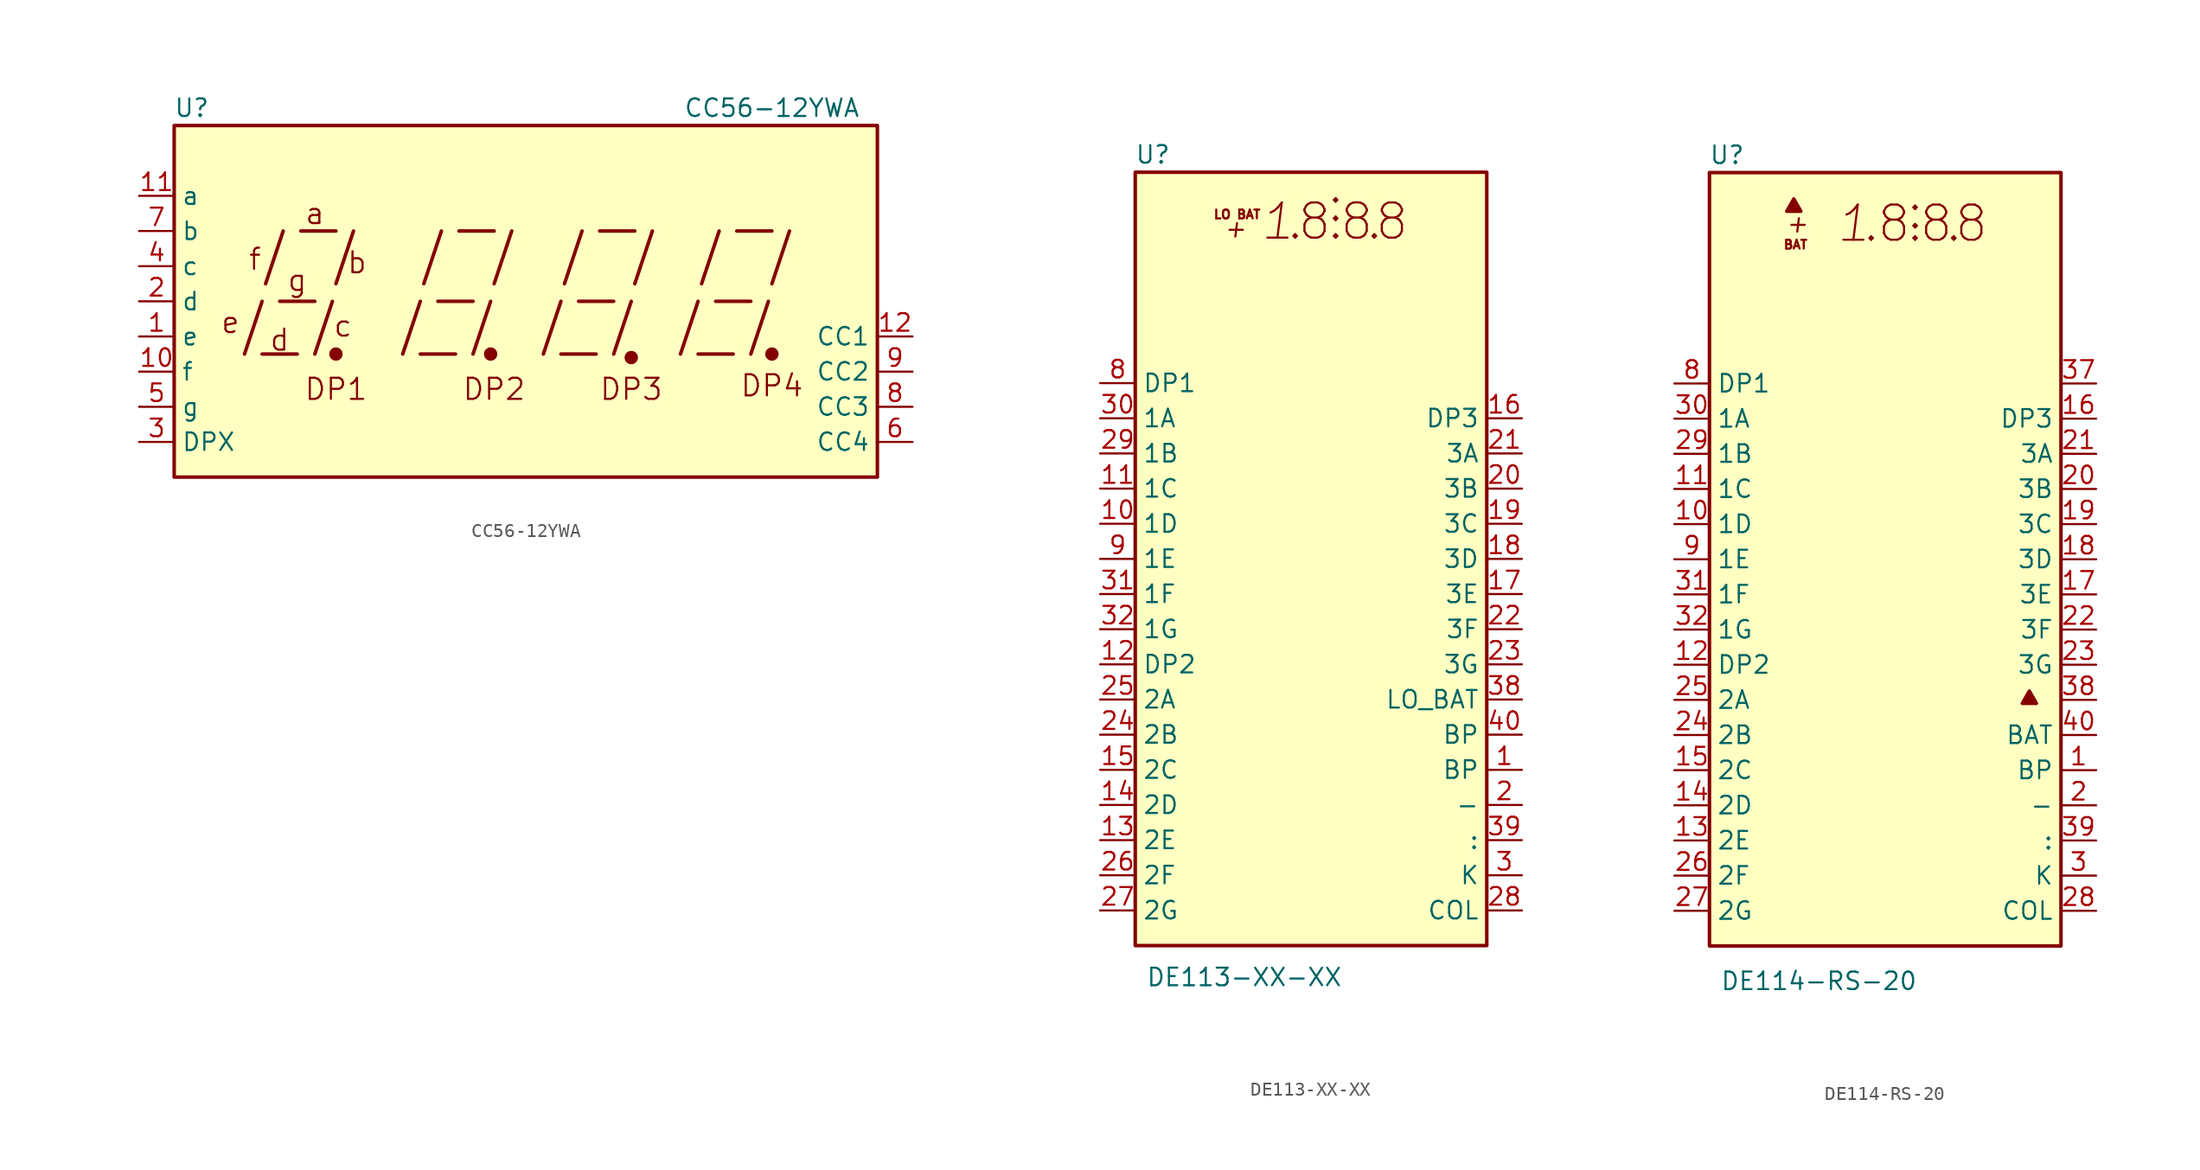
<source format=kicad_sym>
(kicad_symbol_lib
  (version 20200908)
  (generator kicad_symbol_editor)
  (symbol "Display_Character:CC56-12YWA"
    (property "Reference" "U"
      (at -24.13 13.97 0)
      (effects (font (size 1.27 1.27))))
    (property "Value" "CC56-12YWA"
      (at 17.78 13.97 0)
      (effects (font (size 1.27 1.27))))
    (symbol "CC56-12YWA_1_0"
      (circle (center 7.62 -4.064) (radius 0.356) (stroke (width 0.254)) (fill (type outline)))
      (circle (center 17.78 -3.81) (radius 0.356) (stroke (width 0.254)) (fill (type outline))))
    (symbol "CC56-12YWA_0_1"
      (circle (center -13.716 -3.81) (radius 0.356) (stroke (width 0.254)) (fill (type outline)))
      (circle (center -2.54 -3.81) (radius 0.356) (stroke (width 0.254)) (fill (type outline))))
    (symbol "CC56-12YWA_0_0"
      (text "a" (at -15.24 6.35 0) (effects (font (size 1.524 1.524))))
      (text "b" (at -12.192 2.794 0) (effects (font (size 1.524 1.524))))
      (text "c" (at -13.208 -1.778 0) (effects (font (size 1.524 1.524))))
      (text "d" (at -17.78 -2.794 0) (effects (font (size 1.524 1.524))))
      (text "DP1" (at -13.716 -6.35 0) (effects (font (size 1.524 1.524))))
      (text "DP2" (at -2.286 -6.35 0) (effects (font (size 1.524 1.524))))
      (text "DP3" (at 7.62 -6.35 0) (effects (font (size 1.524 1.524))))
      (text "DP4" (at 17.78 -6.096 0) (effects (font (size 1.524 1.524))))
      (text "e" (at -21.336 -1.524 0) (effects (font (size 1.524 1.524))))
      (text "f" (at -19.558 3.048 0) (effects (font (size 1.524 1.524))))
      (text "g" (at -16.51 1.524 0) (effects (font (size 1.524 1.524))))
      (rectangle (start -25.4 12.7) (end 25.4 -12.7) (stroke (width 0.254)) (fill (type background)))
      (polyline (pts (xy -20.32 -3.81) (xy -19.05 0)) (stroke (width 0.254)) (fill (type none)))
      (polyline (pts (xy -19.05 -3.81) (xy -16.51 -3.81)) (stroke (width 0.254)) (fill (type none)))
      (polyline (pts (xy -18.796 1.27) (xy -17.526 5.08)) (stroke (width 0.254)) (fill (type none)))
      (polyline (pts (xy -17.78 0) (xy -15.24 0)) (stroke (width 0.254)) (fill (type none)))
      (polyline (pts (xy -16.256 5.08) (xy -13.716 5.08)) (stroke (width 0.254)) (fill (type none)))
      (polyline (pts (xy -15.24 -3.81) (xy -13.97 0)) (stroke (width 0.254)) (fill (type none)))
      (polyline (pts (xy -13.716 1.27) (xy -12.446 5.08)) (stroke (width 0.254)) (fill (type none)))
      (polyline (pts (xy -8.89 -3.81) (xy -7.62 0)) (stroke (width 0.254)) (fill (type none)))
      (polyline (pts (xy -7.62 -3.81) (xy -5.08 -3.81)) (stroke (width 0.254)) (fill (type none)))
      (polyline (pts (xy -7.366 1.27) (xy -6.096 5.08)) (stroke (width 0.254)) (fill (type none)))
      (polyline (pts (xy -6.35 0) (xy -3.81 0)) (stroke (width 0.254)) (fill (type none)))
      (polyline (pts (xy -4.826 5.08) (xy -2.286 5.08)) (stroke (width 0.254)) (fill (type none)))
      (polyline (pts (xy -3.81 -3.81) (xy -2.54 0)) (stroke (width 0.254)) (fill (type none)))
      (polyline (pts (xy -2.286 1.27) (xy -1.016 5.08)) (stroke (width 0.254)) (fill (type none)))
      (polyline (pts (xy 1.27 -3.81) (xy 2.54 0)) (stroke (width 0.254)) (fill (type none)))
      (polyline (pts (xy 2.54 -3.81) (xy 5.08 -3.81)) (stroke (width 0.254)) (fill (type none)))
      (polyline (pts (xy 2.794 1.27) (xy 4.064 5.08)) (stroke (width 0.254)) (fill (type none)))
      (polyline (pts (xy 3.81 0) (xy 6.35 0)) (stroke (width 0.254)) (fill (type none)))
      (polyline (pts (xy 5.334 5.08) (xy 7.874 5.08)) (stroke (width 0.254)) (fill (type none)))
      (polyline (pts (xy 6.35 -3.81) (xy 7.62 0)) (stroke (width 0.254)) (fill (type none)))
      (polyline (pts (xy 7.874 1.27) (xy 9.144 5.08)) (stroke (width 0.254)) (fill (type none)))
      (polyline (pts (xy 11.176 -3.81) (xy 12.446 0)) (stroke (width 0.254)) (fill (type none)))
      (polyline (pts (xy 12.446 -3.81) (xy 14.986 -3.81)) (stroke (width 0.254)) (fill (type none)))
      (polyline (pts (xy 12.7 1.27) (xy 13.97 5.08)) (stroke (width 0.254)) (fill (type none)))
      (polyline (pts (xy 13.716 0) (xy 16.256 0)) (stroke (width 0.254)) (fill (type none)))
      (polyline (pts (xy 15.24 5.08) (xy 17.78 5.08)) (stroke (width 0.254)) (fill (type none)))
      (polyline (pts (xy 16.256 -3.81) (xy 17.526 0)) (stroke (width 0.254)) (fill (type none)))
      (polyline (pts (xy 17.78 1.27) (xy 19.05 5.08)) (stroke (width 0.254)) (fill (type none))))
    (symbol "CC56-12YWA_1_1"
      (pin input line (at -27.94 -2.54 0) (length 2.54) (name "e" (effects (font (size 1.27 1.27)))) (number "1" (effects (font (size 1.27 1.27)))))
      (pin input line (at -27.94 -5.08 0) (length 2.54) (name "f" (effects (font (size 1.27 1.27)))) (number "10" (effects (font (size 1.27 1.27)))))
      (pin input line (at -27.94 7.62 0) (length 2.54) (name "a" (effects (font (size 1.27 1.27)))) (number "11" (effects (font (size 1.27 1.27)))))
      (pin input line (at 27.94 -2.54 180) (length 2.54) (name "CC1" (effects (font (size 1.27 1.27)))) (number "12" (effects (font (size 1.27 1.27)))))
      (pin input line (at -27.94 0 0) (length 2.54) (name "d" (effects (font (size 1.27 1.27)))) (number "2" (effects (font (size 1.27 1.27)))))
      (pin input line (at -27.94 -10.16 0) (length 2.54) (name "DPX" (effects (font (size 1.27 1.27)))) (number "3" (effects (font (size 1.27 1.27)))))
      (pin input line (at -27.94 2.54 0) (length 2.54) (name "c" (effects (font (size 1.27 1.27)))) (number "4" (effects (font (size 1.27 1.27)))))
      (pin input line (at -27.94 -7.62 0) (length 2.54) (name "g" (effects (font (size 1.27 1.27)))) (number "5" (effects (font (size 1.27 1.27)))))
      (pin input line (at 27.94 -10.16 180) (length 2.54) (name "CC4" (effects (font (size 1.27 1.27)))) (number "6" (effects (font (size 1.27 1.27)))))
      (pin input line (at -27.94 5.08 0) (length 2.54) (name "b" (effects (font (size 1.27 1.27)))) (number "7" (effects (font (size 1.27 1.27)))))
      (pin input line (at 27.94 -7.62 180) (length 2.54) (name "CC3" (effects (font (size 1.27 1.27)))) (number "8" (effects (font (size 1.27 1.27)))))
      (pin input line (at 27.94 -5.08 180) (length 2.54) (name "CC2" (effects (font (size 1.27 1.27)))) (number "9" (effects (font (size 1.27 1.27)))))))
  (symbol "Display_Character:DE113-XX-XX"
    (property "Reference" "U"
      (at -11.43 29.21 0)
      (effects (font (size 1.27 1.27))))
    (property "Value" "DE113-XX-XX"
      (at -11.938 -30.226 0)
      (effects (font (size 1.27 1.27)) (justify left)))
    (symbol "DE113-XX-XX_0_0"
      (text "+" (at -5.461 23.876 0) (effects (font (size 1.27 1.27) italic)))
      (text "." (at -1.143 24.384 0) (effects (font (size 2.54 2.54))))
      (text "." (at 1.778 24.384 0) (effects (font (size 2.54 2.54))))
      (text "." (at 4.572 24.384 0) (effects (font (size 2.54 2.54))))
      (text "1" (at -2.413 24.384 0) (effects (font (size 2.54 2.54) italic)))
      (text "8" (at 0.254 24.384 0) (effects (font (size 2.54 2.54))))
      (text "8" (at 3.302 24.384 0) (effects (font (size 2.54 2.54))))
      (text "8" (at 5.842 24.384 0) (effects (font (size 2.54 2.54))))
      (text ":" (at 1.778 25.654 0) (effects (font (size 2.54 2.54))))
      (text "LO BAT" (at -5.334 24.892 0) (effects (font (size 0.635 0.635)))))
    (symbol "DE113-XX-XX_0_1"
      (rectangle (start -12.7 27.94) (end 12.7 -27.94) (stroke (width 0.254)) (fill (type background))))
    (symbol "DE113-XX-XX_1_1"
      (pin input line (at 15.24 -15.24 180) (length 2.54) (name "BP" (effects (font (size 1.27 1.27)))) (number "1" (effects (font (size 1.27 1.27)))))
      (pin input line (at -15.24 2.54 0) (length 2.54) (name "1D" (effects (font (size 1.27 1.27)))) (number "10" (effects (font (size 1.27 1.27)))))
      (pin input line (at -15.24 5.08 0) (length 2.54) (name "1C" (effects (font (size 1.27 1.27)))) (number "11" (effects (font (size 1.27 1.27)))))
      (pin input line (at -15.24 -7.62 0) (length 2.54) (name "DP2" (effects (font (size 1.27 1.27)))) (number "12" (effects (font (size 1.27 1.27)))))
      (pin input line (at -15.24 -20.32 0) (length 2.54) (name "2E" (effects (font (size 1.27 1.27)))) (number "13" (effects (font (size 1.27 1.27)))))
      (pin input line (at -15.24 -17.78 0) (length 2.54) (name "2D" (effects (font (size 1.27 1.27)))) (number "14" (effects (font (size 1.27 1.27)))))
      (pin input line (at -15.24 -15.24 0) (length 2.54) (name "2C" (effects (font (size 1.27 1.27)))) (number "15" (effects (font (size 1.27 1.27)))))
      (pin input line (at 15.24 10.16 180) (length 2.54) (name "DP3" (effects (font (size 1.27 1.27)))) (number "16" (effects (font (size 1.27 1.27)))))
      (pin input line (at 15.24 -2.54 180) (length 2.54) (name "3E" (effects (font (size 1.27 1.27)))) (number "17" (effects (font (size 1.27 1.27)))))
      (pin input line (at 15.24 0 180) (length 2.54) (name "3D" (effects (font (size 1.27 1.27)))) (number "18" (effects (font (size 1.27 1.27)))))
      (pin input line (at 15.24 2.54 180) (length 2.54) (name "3C" (effects (font (size 1.27 1.27)))) (number "19" (effects (font (size 1.27 1.27)))))
      (pin input line (at 15.24 -17.78 180) (length 2.54) (name "-" (effects (font (size 1.27 1.27)))) (number "2" (effects (font (size 1.27 1.27)))))
      (pin input line (at 15.24 5.08 180) (length 2.54) (name "3B" (effects (font (size 1.27 1.27)))) (number "20" (effects (font (size 1.27 1.27)))))
      (pin input line (at 15.24 7.62 180) (length 2.54) (name "3A" (effects (font (size 1.27 1.27)))) (number "21" (effects (font (size 1.27 1.27)))))
      (pin input line (at 15.24 -5.08 180) (length 2.54) (name "3F" (effects (font (size 1.27 1.27)))) (number "22" (effects (font (size 1.27 1.27)))))
      (pin input line (at 15.24 -7.62 180) (length 2.54) (name "3G" (effects (font (size 1.27 1.27)))) (number "23" (effects (font (size 1.27 1.27)))))
      (pin input line (at -15.24 -12.7 0) (length 2.54) (name "2B" (effects (font (size 1.27 1.27)))) (number "24" (effects (font (size 1.27 1.27)))))
      (pin input line (at -15.24 -10.16 0) (length 2.54) (name "2A" (effects (font (size 1.27 1.27)))) (number "25" (effects (font (size 1.27 1.27)))))
      (pin input line (at -15.24 -22.86 0) (length 2.54) (name "2F" (effects (font (size 1.27 1.27)))) (number "26" (effects (font (size 1.27 1.27)))))
      (pin input line (at -15.24 -25.4 0) (length 2.54) (name "2G" (effects (font (size 1.27 1.27)))) (number "27" (effects (font (size 1.27 1.27)))))
      (pin input line (at 15.24 -25.4 180) (length 2.54) (name "COL" (effects (font (size 1.27 1.27)))) (number "28" (effects (font (size 1.27 1.27)))))
      (pin input line (at -15.24 7.62 0) (length 2.54) (name "1B" (effects (font (size 1.27 1.27)))) (number "29" (effects (font (size 1.27 1.27)))))
      (pin input line (at 15.24 -22.86 180) (length 2.54) (name "K" (effects (font (size 1.27 1.27)))) (number "3" (effects (font (size 1.27 1.27)))))
      (pin input line (at -15.24 10.16 0) (length 2.54) (name "1A" (effects (font (size 1.27 1.27)))) (number "30" (effects (font (size 1.27 1.27)))))
      (pin input line (at -15.24 -2.54 0) (length 2.54) (name "1F" (effects (font (size 1.27 1.27)))) (number "31" (effects (font (size 1.27 1.27)))))
      (pin input line (at -15.24 -5.08 0) (length 2.54) (name "1G" (effects (font (size 1.27 1.27)))) (number "32" (effects (font (size 1.27 1.27)))))
      (pin unconnected line (at 15.24 12.7 180) (length 2.54) hide (name "NC" (effects (font (size 1.27 1.27)))) (number "33" (effects (font (size 1.27 1.27)))))
      (pin unconnected line (at 15.24 15.24 180) (length 2.54) hide (name "NC" (effects (font (size 1.27 1.27)))) (number "34" (effects (font (size 1.27 1.27)))))
      (pin unconnected line (at 15.24 17.78 180) (length 2.54) hide (name "NC" (effects (font (size 1.27 1.27)))) (number "35" (effects (font (size 1.27 1.27)))))
      (pin unconnected line (at 15.24 20.32 180) (length 2.54) hide (name "NC" (effects (font (size 1.27 1.27)))) (number "36" (effects (font (size 1.27 1.27)))))
      (pin unconnected line (at 15.24 22.86 180) (length 2.54) hide (name "NC" (effects (font (size 1.27 1.27)))) (number "37" (effects (font (size 1.27 1.27)))))
      (pin input line (at 15.24 -10.16 180) (length 2.54) (name "LO_BAT" (effects (font (size 1.27 1.27)))) (number "38" (effects (font (size 1.27 1.27)))))
      (pin input line (at 15.24 -20.32 180) (length 2.54) (name ":" (effects (font (size 1.27 1.27)))) (number "39" (effects (font (size 1.27 1.27)))))
      (pin unconnected line (at -15.24 22.86 0) (length 2.54) hide (name "NC" (effects (font (size 1.27 1.27)))) (number "4" (effects (font (size 1.27 1.27)))))
      (pin input line (at 15.24 -12.7 180) (length 2.54) (name "BP" (effects (font (size 1.27 1.27)))) (number "40" (effects (font (size 1.27 1.27)))))
      (pin unconnected line (at -15.24 20.32 0) (length 2.54) hide (name "NC" (effects (font (size 1.27 1.27)))) (number "5" (effects (font (size 1.27 1.27)))))
      (pin unconnected line (at -15.24 17.78 0) (length 2.54) hide (name "NC" (effects (font (size 1.27 1.27)))) (number "6" (effects (font (size 1.27 1.27)))))
      (pin unconnected line (at -15.24 15.24 0) (length 2.54) hide (name "NC" (effects (font (size 1.27 1.27)))) (number "7" (effects (font (size 1.27 1.27)))))
      (pin input line (at -15.24 12.7 0) (length 2.54) (name "DP1" (effects (font (size 1.27 1.27)))) (number "8" (effects (font (size 1.27 1.27)))))
      (pin input line (at -15.24 0 0) (length 2.54) (name "1E" (effects (font (size 1.27 1.27)))) (number "9" (effects (font (size 1.27 1.27)))))))
  (symbol "Display_Character:DE114-RS-20"
    (property "Reference" "U"
      (at -11.43 29.21 0)
      (effects (font (size 1.27 1.27))))
    (property "Value" "DE114-RS-20"
      (at -11.938 -30.48 0)
      (effects (font (size 1.27 1.27)) (justify left)))
    (symbol "DE114-RS-20_0_0"
      (text "+" (at -6.35 24.257 0) (effects (font (size 1.27 1.27) italic)))
      (text "." (at -1.016 24.257 0) (effects (font (size 2.54 2.54))))
      (text "." (at 2.159 24.257 0) (effects (font (size 2.54 2.54))))
      (text "." (at 4.953 24.257 0) (effects (font (size 2.54 2.54))))
      (text "1" (at -2.286 24.257 0) (effects (font (size 2.54 2.54) italic)))
      (text "8" (at 0.635 24.257 0) (effects (font (size 2.54 2.54))))
      (text "8" (at 3.683 24.257 0) (effects (font (size 2.54 2.54))))
      (text "8" (at 6.223 24.257 0) (effects (font (size 2.54 2.54))))
      (text ":" (at 2.159 25.146 0) (effects (font (size 2.54 2.54))))
      (text "BAT" (at -6.477 22.733 0) (effects (font (size 0.635 0.635)))))
    (symbol "DE114-RS-20_0_1"
      (rectangle (start -12.7 27.94) (end 12.7 -27.94) (stroke (width 0.254)) (fill (type background)))
      (polyline (pts (xy -6.604 26.035) (xy -7.112 25.146) (xy -6.096 25.146) (xy -6.604 26.035)) (stroke (width 0.254)) (fill (type outline)))
      (polyline (pts (xy 10.414 -9.525) (xy 9.906 -10.414) (xy 10.922 -10.414) (xy 10.414 -9.525)) (stroke (width 0.254)) (fill (type outline))))
    (symbol "DE114-RS-20_1_1"
      (pin input line (at 15.24 -15.24 180) (length 2.54) (name "BP" (effects (font (size 1.27 1.27)))) (number "1" (effects (font (size 1.27 1.27)))))
      (pin input line (at -15.24 2.54 0) (length 2.54) (name "1D" (effects (font (size 1.27 1.27)))) (number "10" (effects (font (size 1.27 1.27)))))
      (pin input line (at -15.24 5.08 0) (length 2.54) (name "1C" (effects (font (size 1.27 1.27)))) (number "11" (effects (font (size 1.27 1.27)))))
      (pin input line (at -15.24 -7.62 0) (length 2.54) (name "DP2" (effects (font (size 1.27 1.27)))) (number "12" (effects (font (size 1.27 1.27)))))
      (pin input line (at -15.24 -20.32 0) (length 2.54) (name "2E" (effects (font (size 1.27 1.27)))) (number "13" (effects (font (size 1.27 1.27)))))
      (pin input line (at -15.24 -17.78 0) (length 2.54) (name "2D" (effects (font (size 1.27 1.27)))) (number "14" (effects (font (size 1.27 1.27)))))
      (pin input line (at -15.24 -15.24 0) (length 2.54) (name "2C" (effects (font (size 1.27 1.27)))) (number "15" (effects (font (size 1.27 1.27)))))
      (pin input line (at 15.24 10.16 180) (length 2.54) (name "DP3" (effects (font (size 1.27 1.27)))) (number "16" (effects (font (size 1.27 1.27)))))
      (pin input line (at 15.24 -2.54 180) (length 2.54) (name "3E" (effects (font (size 1.27 1.27)))) (number "17" (effects (font (size 1.27 1.27)))))
      (pin input line (at 15.24 0 180) (length 2.54) (name "3D" (effects (font (size 1.27 1.27)))) (number "18" (effects (font (size 1.27 1.27)))))
      (pin input line (at 15.24 2.54 180) (length 2.54) (name "3C" (effects (font (size 1.27 1.27)))) (number "19" (effects (font (size 1.27 1.27)))))
      (pin input line (at 15.24 -17.78 180) (length 2.54) (name "-" (effects (font (size 1.27 1.27)))) (number "2" (effects (font (size 1.27 1.27)))))
      (pin input line (at 15.24 5.08 180) (length 2.54) (name "3B" (effects (font (size 1.27 1.27)))) (number "20" (effects (font (size 1.27 1.27)))))
      (pin input line (at 15.24 7.62 180) (length 2.54) (name "3A" (effects (font (size 1.27 1.27)))) (number "21" (effects (font (size 1.27 1.27)))))
      (pin input line (at 15.24 -5.08 180) (length 2.54) (name "3F" (effects (font (size 1.27 1.27)))) (number "22" (effects (font (size 1.27 1.27)))))
      (pin input line (at 15.24 -7.62 180) (length 2.54) (name "3G" (effects (font (size 1.27 1.27)))) (number "23" (effects (font (size 1.27 1.27)))))
      (pin input line (at -15.24 -12.7 0) (length 2.54) (name "2B" (effects (font (size 1.27 1.27)))) (number "24" (effects (font (size 1.27 1.27)))))
      (pin input line (at -15.24 -10.16 0) (length 2.54) (name "2A" (effects (font (size 1.27 1.27)))) (number "25" (effects (font (size 1.27 1.27)))))
      (pin input line (at -15.24 -22.86 0) (length 2.54) (name "2F" (effects (font (size 1.27 1.27)))) (number "26" (effects (font (size 1.27 1.27)))))
      (pin input line (at -15.24 -25.4 0) (length 2.54) (name "2G" (effects (font (size 1.27 1.27)))) (number "27" (effects (font (size 1.27 1.27)))))
      (pin input line (at 15.24 -25.4 180) (length 2.54) (name "COL" (effects (font (size 1.27 1.27)))) (number "28" (effects (font (size 1.27 1.27)))))
      (pin input line (at -15.24 7.62 0) (length 2.54) (name "1B" (effects (font (size 1.27 1.27)))) (number "29" (effects (font (size 1.27 1.27)))))
      (pin input line (at 15.24 -22.86 180) (length 2.54) (name "K" (effects (font (size 1.27 1.27)))) (number "3" (effects (font (size 1.27 1.27)))))
      (pin input line (at -15.24 10.16 0) (length 2.54) (name "1A" (effects (font (size 1.27 1.27)))) (number "30" (effects (font (size 1.27 1.27)))))
      (pin input line (at -15.24 -2.54 0) (length 2.54) (name "1F" (effects (font (size 1.27 1.27)))) (number "31" (effects (font (size 1.27 1.27)))))
      (pin input line (at -15.24 -5.08 0) (length 2.54) (name "1G" (effects (font (size 1.27 1.27)))) (number "32" (effects (font (size 1.27 1.27)))))
      (pin unconnected line (at 15.24 15.24 180) (length 2.54) hide (name "NC" (effects (font (size 1.27 1.27)))) (number "33" (effects (font (size 1.27 1.27)))))
      (pin unconnected line (at 15.24 17.78 180) (length 2.54) hide (name "NC" (effects (font (size 1.27 1.27)))) (number "34" (effects (font (size 1.27 1.27)))))
      (pin unconnected line (at 15.24 20.32 180) (length 2.54) hide (name "NC" (effects (font (size 1.27 1.27)))) (number "35" (effects (font (size 1.27 1.27)))))
      (pin unconnected line (at 15.24 22.86 180) (length 2.54) hide (name "NC" (effects (font (size 1.27 1.27)))) (number "36" (effects (font (size 1.27 1.27)))))
      (pin input line (at 15.24 12.7 180) (length 2.54) (name "~~" (effects (font (size 1.27 1.27)))) (number "37" (effects (font (size 1.27 1.27)))))
      (pin input line (at 15.24 -10.16 180) (length 2.54) (name "~" (effects (font (size 1.27 1.27)))) (number "38" (effects (font (size 1.27 1.27)))))
      (pin input line (at 15.24 -20.32 180) (length 2.54) (name ":" (effects (font (size 1.27 1.27)))) (number "39" (effects (font (size 1.27 1.27)))))
      (pin unconnected line (at -15.24 22.86 0) (length 2.54) hide (name "NC" (effects (font (size 1.27 1.27)))) (number "4" (effects (font (size 1.27 1.27)))))
      (pin input line (at 15.24 -12.7 180) (length 2.54) (name "BAT" (effects (font (size 1.27 1.27)))) (number "40" (effects (font (size 1.27 1.27)))))
      (pin unconnected line (at -15.24 20.32 0) (length 2.54) hide (name "NC" (effects (font (size 1.27 1.27)))) (number "5" (effects (font (size 1.27 1.27)))))
      (pin unconnected line (at -15.24 17.78 0) (length 2.54) hide (name "NC" (effects (font (size 1.27 1.27)))) (number "6" (effects (font (size 1.27 1.27)))))
      (pin unconnected line (at -15.24 15.24 0) (length 2.54) hide (name "NC" (effects (font (size 1.27 1.27)))) (number "7" (effects (font (size 1.27 1.27)))))
      (pin input line (at -15.24 12.7 0) (length 2.54) (name "DP1" (effects (font (size 1.27 1.27)))) (number "8" (effects (font (size 1.27 1.27)))))
      (pin input line (at -15.24 0 0) (length 2.54) (name "1E" (effects (font (size 1.27 1.27)))) (number "9" (effects (font (size 1.27 1.27))))))))
</source>
